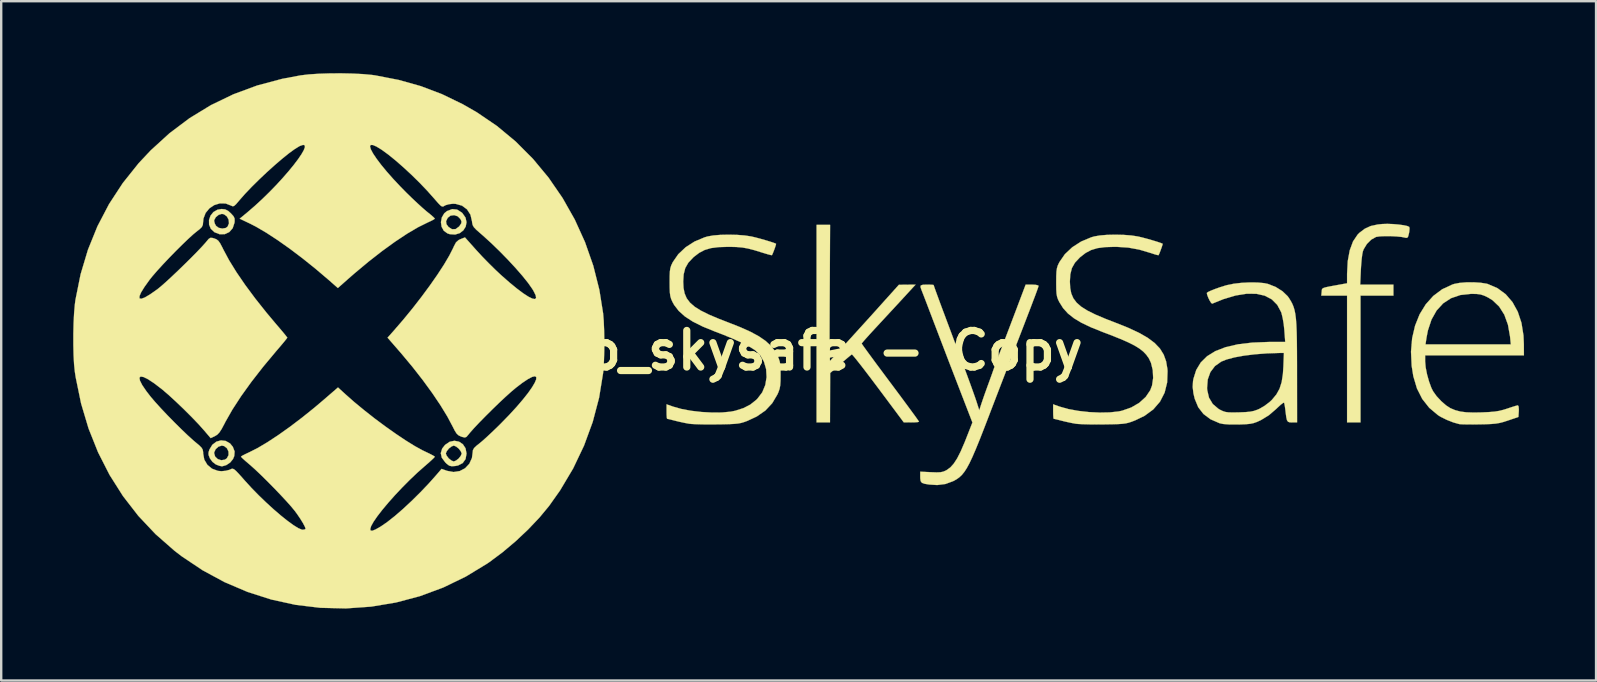
<source format=kicad_pcb>
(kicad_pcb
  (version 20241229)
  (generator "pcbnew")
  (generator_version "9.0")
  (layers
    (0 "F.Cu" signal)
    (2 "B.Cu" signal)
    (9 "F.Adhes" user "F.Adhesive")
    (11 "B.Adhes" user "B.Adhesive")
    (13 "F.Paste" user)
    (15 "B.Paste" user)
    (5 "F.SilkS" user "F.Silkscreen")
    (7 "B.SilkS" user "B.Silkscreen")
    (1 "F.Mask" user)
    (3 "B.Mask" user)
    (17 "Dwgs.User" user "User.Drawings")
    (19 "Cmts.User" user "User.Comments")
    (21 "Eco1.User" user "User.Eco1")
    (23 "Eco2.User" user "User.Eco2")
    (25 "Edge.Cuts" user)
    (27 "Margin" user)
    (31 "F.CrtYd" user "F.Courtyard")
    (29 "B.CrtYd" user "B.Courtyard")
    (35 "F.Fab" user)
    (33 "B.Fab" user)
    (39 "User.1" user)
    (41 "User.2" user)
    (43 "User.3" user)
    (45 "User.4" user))
  (footprint "logo_skysafe - Copy"
    (layer "F.Cu")
    (at 29.948 11.549)
    (property "Reference" "logo_skysafe - Copy" (at 0 0 0) (layer "F.SilkS") (effects (font (size 1.524 1.524) (thickness 0.3))))
    (attr through_hole)
    (fp_poly (pts (xy -13.959 -5.869) (xy -13.766 -5.748) (xy -13.736 -5.72) (xy -13.607 -5.535) (xy -13.565 -5.343) (xy -13.599 -5.161) (xy -13.697 -5.004) (xy -13.847 -4.888) (xy -14.038 -4.83) (xy -14.258 -4.844) (xy -14.358 -4.876) (xy -14.512 -4.987) (xy -14.603 -5.152) (xy -14.631 -5.345) (xy -14.623 -5.385) (xy -14.418 -5.385) (xy -14.401 -5.261) (xy -14.315 -5.144) (xy -14.172 -5.051) (xy -14.023 -5.056) (xy -13.882 -5.157) (xy -13.849 -5.197) (xy -13.782 -5.301) (xy -13.776 -5.381) (xy -13.82 -5.476) (xy -13.931 -5.588) (xy -14.079 -5.637) (xy -14.23 -5.618) (xy -14.346 -5.529) (xy -14.418 -5.385) (xy -14.623 -5.385) (xy -14.594 -5.54) (xy -14.494 -5.712) (xy -14.377 -5.808) (xy -14.162 -5.889) (xy -13.959 -5.869)) (stroke (width 0.01) (type solid)) (fill yes) (layer "F.SilkS"))
    (fp_poly (pts (xy -23.617 -5.877) (xy -23.495 -5.815) (xy -23.382 -5.714) (xy -23.274 -5.596) (xy -23.227 -5.5) (xy -23.224 -5.384) (xy -23.231 -5.32) (xy -23.305 -5.095) (xy -23.445 -4.934) (xy -23.631 -4.847) (xy -23.845 -4.841) (xy -24.065 -4.926) (xy -24.216 -5.068) (xy -24.289 -5.244) (xy -24.291 -5.396) (xy -24.079 -5.396) (xy -24.051 -5.287) (xy -24 -5.193) (xy -23.89 -5.11) (xy -23.741 -5.079) (xy -23.597 -5.102) (xy -23.52 -5.156) (xy -23.46 -5.296) (xy -23.475 -5.45) (xy -23.549 -5.586) (xy -23.67 -5.674) (xy -23.757 -5.69) (xy -23.89 -5.65) (xy -24.008 -5.553) (xy -24.075 -5.433) (xy -24.079 -5.396) (xy -24.291 -5.396) (xy -24.292 -5.434) (xy -24.229 -5.615) (xy -24.109 -5.766) (xy -23.937 -5.865) (xy -23.766 -5.893) (xy -23.617 -5.877)) (stroke (width 0.01) (type solid)) (fill yes) (layer "F.SilkS"))
    (fp_poly (pts (xy -23.597 3.768) (xy -23.417 3.87) (xy -23.3 4.012) (xy -23.225 4.206) (xy -23.24 4.397) (xy -23.293 4.523) (xy -23.408 4.665) (xy -23.57 4.774) (xy -23.738 4.824) (xy -23.759 4.825) (xy -23.866 4.802) (xy -24.002 4.749) (xy -24.012 4.744) (xy -24.148 4.639) (xy -24.254 4.494) (xy -24.258 4.486) (xy -24.311 4.35) (xy -24.31 4.276) (xy -24.079 4.276) (xy -24.036 4.421) (xy -23.927 4.524) (xy -23.782 4.571) (xy -23.634 4.549) (xy -23.549 4.492) (xy -23.478 4.36) (xy -23.48 4.21) (xy -23.544 4.074) (xy -23.659 3.983) (xy -23.757 3.962) (xy -23.898 4.006) (xy -24.016 4.112) (xy -24.077 4.247) (xy -24.079 4.276) (xy -24.31 4.276) (xy -24.31 4.238) (xy -24.275 4.128) (xy -24.154 3.928) (xy -23.987 3.799) (xy -23.794 3.745) (xy -23.597 3.768)) (stroke (width 0.01) (type solid)) (fill yes) (layer "F.SilkS"))
    (fp_poly (pts (xy -13.879 3.798) (xy -13.717 3.905) (xy -13.606 4.075) (xy -13.565 4.293) (xy -13.605 4.523) (xy -13.724 4.69) (xy -13.918 4.79) (xy -14.034 4.812) (xy -14.185 4.822) (xy -14.287 4.797) (xy -14.389 4.721) (xy -14.451 4.66) (xy -14.595 4.467) (xy -14.634 4.293) (xy -14.427 4.293) (xy -14.393 4.382) (xy -14.311 4.489) (xy -14.303 4.498) (xy -14.195 4.583) (xy -14.103 4.623) (xy -14.097 4.623) (xy -14.008 4.589) (xy -13.9 4.507) (xy -13.891 4.498) (xy -13.806 4.391) (xy -13.767 4.299) (xy -13.767 4.293) (xy -13.801 4.204) (xy -13.883 4.096) (xy -13.891 4.087) (xy -13.999 4.002) (xy -14.091 3.963) (xy -14.097 3.962) (xy -14.186 3.996) (xy -14.294 4.078) (xy -14.303 4.087) (xy -14.388 4.194) (xy -14.427 4.287) (xy -14.427 4.293) (xy -14.634 4.293) (xy -14.638 4.276) (xy -14.579 4.085) (xy -14.458 3.932) (xy -14.269 3.803) (xy -14.069 3.761) (xy -13.879 3.798)) (stroke (width 0.01) (type solid)) (fill yes) (layer "F.SilkS"))
    (fp_poly (pts (xy 25.033 -5.265) (xy 25.266 -5.245) (xy 25.472 -5.217) (xy 25.627 -5.183) (xy 25.705 -5.146) (xy 25.716 -5.075) (xy 25.704 -4.946) (xy 25.693 -4.885) (xy 25.658 -4.749) (xy 25.618 -4.693) (xy 25.555 -4.693) (xy 25.536 -4.699) (xy 25.386 -4.729) (xy 25.174 -4.75) (xy 24.93 -4.762) (xy 24.687 -4.763) (xy 24.476 -4.753) (xy 24.329 -4.731) (xy 24.316 -4.727) (xy 24.12 -4.617) (xy 23.94 -4.438) (xy 23.807 -4.22) (xy 23.772 -4.129) (xy 23.746 -4) (xy 23.721 -3.8) (xy 23.7 -3.556) (xy 23.687 -3.34) (xy 23.66 -2.743) (xy 25.044 -2.743) (xy 25.044 -2.286) (xy 23.673 -2.286) (xy 23.673 2.997) (xy 23.114 2.997) (xy 23.114 -2.286) (xy 22.041 -2.286) (xy 22.057 -2.448) (xy 22.061 -2.507) (xy 22.069 -2.55) (xy 22.095 -2.583) (xy 22.153 -2.612) (xy 22.257 -2.64) (xy 22.42 -2.673) (xy 22.657 -2.716) (xy 22.949 -2.769) (xy 23.114 -2.799) (xy 23.114 -3.19) (xy 23.142 -3.721) (xy 23.225 -4.172) (xy 23.361 -4.54) (xy 23.55 -4.823) (xy 23.627 -4.901) (xy 23.853 -5.072) (xy 24.097 -5.184) (xy 24.391 -5.248) (xy 24.587 -5.268) (xy 24.798 -5.274) (xy 25.033 -5.265)) (stroke (width 0.01) (type solid)) (fill yes) (layer "F.SilkS"))
    (fp_poly (pts (xy 1.564 -2.388) (xy 1.561 -1.861) (xy 1.559 -1.365) (xy 1.557 -0.911) (xy 1.556 -0.506) (xy 1.554 -0.16) (xy 1.554 0.118) (xy 1.553 0.319) (xy 1.554 0.433) (xy 1.554 0.457) (xy 1.588 0.422) (xy 1.679 0.322) (xy 1.817 0.172) (xy 1.99 -0.018) (xy 2.169 -0.216) (xy 2.383 -0.452) (xy 2.588 -0.678) (xy 2.769 -0.877) (xy 2.909 -1.032) (xy 2.977 -1.106) (xy 3.076 -1.215) (xy 3.227 -1.382) (xy 3.416 -1.591) (xy 3.626 -1.825) (xy 3.81 -2.03) (xy 4.445 -2.736) (xy 5.139 -2.743) (xy 4.543 -2.095) (xy 4.293 -1.824) (xy 4.015 -1.524) (xy 3.739 -1.226) (xy 3.493 -0.96) (xy 3.421 -0.883) (xy 3.239 -0.685) (xy 3.084 -0.513) (xy 2.968 -0.381) (xy 2.904 -0.302) (xy 2.896 -0.287) (xy 2.925 -0.241) (xy 3.009 -0.122) (xy 3.141 0.06) (xy 3.314 0.296) (xy 3.522 0.579) (xy 3.759 0.897) (xy 4.017 1.244) (xy 4.089 1.34) (xy 4.353 1.693) (xy 4.596 2.02) (xy 4.812 2.313) (xy 4.995 2.562) (xy 5.139 2.759) (xy 5.236 2.896) (xy 5.281 2.962) (xy 5.283 2.967) (xy 5.237 2.982) (xy 5.116 2.992) (xy 4.966 2.995) (xy 4.648 2.993) (xy 3.587 1.571) (xy 3.338 1.24) (xy 3.108 0.937) (xy 2.904 0.671) (xy 2.732 0.452) (xy 2.601 0.289) (xy 2.516 0.19) (xy 2.486 0.163) (xy 2.434 0.201) (xy 2.324 0.292) (xy 2.171 0.422) (xy 2.014 0.559) (xy 1.582 0.94) (xy 1.575 2.997) (xy 1.016 2.997) (xy 1.016 -5.232) (xy 1.579 -5.232) (xy 1.564 -2.388)) (stroke (width 0.01) (type solid)) (fill yes) (layer "F.SilkS"))
    (fp_poly (pts (xy 28.678 -2.821) (xy 28.922 -2.783) (xy 28.977 -2.768) (xy 29.377 -2.596) (xy 29.721 -2.343) (xy 30.004 -2.014) (xy 30.224 -1.615) (xy 30.378 -1.151) (xy 30.462 -0.626) (xy 30.478 -0.267) (xy 30.48 0.203) (xy 26.365 0.203) (xy 26.365 0.449) (xy 26.387 0.699) (xy 26.445 0.995) (xy 26.529 1.295) (xy 26.627 1.561) (xy 26.696 1.698) (xy 26.84 1.9) (xy 27.031 2.106) (xy 27.235 2.285) (xy 27.413 2.401) (xy 27.615 2.486) (xy 27.832 2.544) (xy 28.086 2.576) (xy 28.399 2.586) (xy 28.712 2.58) (xy 29.022 2.566) (xy 29.26 2.546) (xy 29.455 2.515) (xy 29.639 2.468) (xy 29.783 2.422) (xy 29.972 2.359) (xy 30.126 2.311) (xy 30.218 2.287) (xy 30.23 2.286) (xy 30.259 2.332) (xy 30.269 2.456) (xy 30.267 2.527) (xy 30.251 2.769) (xy 29.82 2.916) (xy 29.634 2.976) (xy 29.472 3.018) (xy 29.306 3.046) (xy 29.109 3.063) (xy 28.854 3.073) (xy 28.651 3.077) (xy 28.377 3.081) (xy 28.131 3.08) (xy 27.935 3.076) (xy 27.81 3.069) (xy 27.788 3.066) (xy 27.543 2.998) (xy 27.268 2.89) (xy 27.014 2.764) (xy 26.9 2.693) (xy 26.536 2.387) (xy 26.245 2.018) (xy 26.025 1.583) (xy 25.874 1.076) (xy 25.805 0.644) (xy 25.777 0.048) (xy 25.803 -0.254) (xy 26.381 -0.254) (xy 29.935 -0.254) (xy 29.902 -0.583) (xy 29.815 -1.073) (xy 29.664 -1.49) (xy 29.449 -1.83) (xy 29.173 -2.093) (xy 28.984 -2.209) (xy 28.813 -2.289) (xy 28.668 -2.335) (xy 28.505 -2.355) (xy 28.283 -2.358) (xy 28.274 -2.358) (xy 27.832 -2.31) (xy 27.445 -2.178) (xy 27.115 -1.962) (xy 26.843 -1.664) (xy 26.631 -1.288) (xy 26.481 -0.834) (xy 26.425 -0.546) (xy 26.381 -0.254) (xy 25.803 -0.254) (xy 25.825 -0.514) (xy 25.947 -1.035) (xy 26.136 -1.507) (xy 26.391 -1.922) (xy 26.705 -2.272) (xy 27.076 -2.55) (xy 27.499 -2.747) (xy 27.578 -2.772) (xy 27.798 -2.815) (xy 28.079 -2.838) (xy 28.385 -2.84) (xy 28.678 -2.821)) (stroke (width 0.01) (type solid)) (fill yes) (layer "F.SilkS"))
    (fp_poly (pts (xy 10.149 -2.734) (xy 10.244 -2.71) (xy 10.262 -2.69) (xy 10.254 -2.657) (xy 10.229 -2.581) (xy 10.185 -2.458) (xy 10.12 -2.282) (xy 10.031 -2.048) (xy 9.918 -1.749) (xy 9.776 -1.381) (xy 9.606 -0.937) (xy 9.403 -0.413) (xy 9.167 0.196) (xy 9.017 0.584) (xy 8.881 0.936) (xy 8.721 1.35) (xy 8.55 1.794) (xy 8.381 2.235) (xy 8.225 2.641) (xy 8.206 2.692) (xy 7.991 3.25) (xy 7.807 3.72) (xy 7.647 4.112) (xy 7.508 4.434) (xy 7.385 4.694) (xy 7.273 4.901) (xy 7.167 5.063) (xy 7.063 5.19) (xy 6.957 5.288) (xy 6.843 5.368) (xy 6.717 5.437) (xy 6.704 5.444) (xy 6.383 5.562) (xy 6.041 5.605) (xy 5.707 5.584) (xy 5.516 5.553) (xy 5.404 5.512) (xy 5.351 5.441) (xy 5.335 5.324) (xy 5.334 5.265) (xy 5.334 5.049) (xy 5.786 5.07) (xy 6.016 5.078) (xy 6.175 5.072) (xy 6.293 5.047) (xy 6.4 5.001) (xy 6.436 4.981) (xy 6.588 4.871) (xy 6.731 4.712) (xy 6.874 4.492) (xy 7.022 4.199) (xy 7.184 3.823) (xy 7.236 3.693) (xy 7.508 3) (xy 7.188 2.173) (xy 6.499 0.387) (xy 5.846 -1.322) (xy 5.818 -1.397) (xy 5.7 -1.705) (xy 5.593 -1.987) (xy 5.501 -2.226) (xy 5.431 -2.407) (xy 5.389 -2.514) (xy 5.383 -2.53) (xy 5.344 -2.645) (xy 5.359 -2.709) (xy 5.444 -2.737) (xy 5.613 -2.743) (xy 5.766 -2.74) (xy 5.868 -2.733) (xy 5.893 -2.726) (xy 5.91 -2.67) (xy 5.959 -2.531) (xy 6.037 -2.317) (xy 6.138 -2.041) (xy 6.26 -1.712) (xy 6.345 -1.486) (xy 6.401 -1.336) (xy 6.487 -1.106) (xy 6.596 -0.815) (xy 6.722 -0.477) (xy 6.86 -0.11) (xy 7.003 0.271) (xy 7.025 0.33) (xy 7.166 0.71) (xy 7.302 1.077) (xy 7.426 1.416) (xy 7.532 1.711) (xy 7.615 1.946) (xy 7.669 2.104) (xy 7.675 2.122) (xy 7.793 2.492) (xy 7.88 2.224) (xy 7.936 2.058) (xy 8.014 1.833) (xy 8.103 1.585) (xy 8.153 1.448) (xy 8.235 1.223) (xy 8.307 1.023) (xy 8.36 0.873) (xy 8.381 0.813) (xy 8.412 0.726) (xy 8.472 0.562) (xy 8.556 0.338) (xy 8.657 0.072) (xy 8.762 -0.203) (xy 8.901 -0.566) (xy 9.056 -0.973) (xy 9.212 -1.385) (xy 9.355 -1.761) (xy 9.414 -1.918) (xy 9.726 -2.743) (xy 9.994 -2.743) (xy 10.149 -2.734)) (stroke (width 0.01) (type solid)) (fill yes) (layer "F.SilkS"))
    (fp_poly (pts (xy 19.381 -2.831) (xy 19.661 -2.805) (xy 19.819 -2.772) (xy 20.141 -2.645) (xy 20.422 -2.469) (xy 20.637 -2.263) (xy 20.685 -2.197) (xy 20.763 -2.073) (xy 20.828 -1.954) (xy 20.881 -1.828) (xy 20.924 -1.687) (xy 20.958 -1.519) (xy 20.984 -1.315) (xy 21.002 -1.065) (xy 21.015 -0.758) (xy 21.023 -0.384) (xy 21.027 0.067) (xy 21.029 0.604) (xy 21.029 0.876) (xy 21.031 2.997) (xy 20.831 2.997) (xy 20.725 2.993) (xy 20.656 2.969) (xy 20.611 2.905) (xy 20.582 2.783) (xy 20.556 2.585) (xy 20.548 2.515) (xy 20.526 2.346) (xy 20.503 2.22) (xy 20.489 2.171) (xy 20.446 2.187) (xy 20.349 2.261) (xy 20.218 2.381) (xy 20.161 2.436) (xy 19.856 2.698) (xy 19.532 2.896) (xy 19.517 2.904) (xy 19.359 2.976) (xy 19.223 3.024) (xy 19.081 3.054) (xy 18.903 3.071) (xy 18.659 3.081) (xy 18.593 3.083) (xy 18.225 3.083) (xy 17.953 3.062) (xy 17.805 3.031) (xy 17.427 2.866) (xy 17.132 2.646) (xy 16.914 2.364) (xy 16.768 2.013) (xy 16.714 1.784) (xy 16.688 1.562) (xy 17.282 1.562) (xy 17.288 1.646) (xy 17.362 1.966) (xy 17.52 2.23) (xy 17.759 2.433) (xy 17.831 2.474) (xy 17.943 2.527) (xy 18.05 2.561) (xy 18.179 2.578) (xy 18.355 2.583) (xy 18.606 2.578) (xy 18.618 2.578) (xy 18.886 2.567) (xy 19.082 2.549) (xy 19.236 2.517) (xy 19.379 2.467) (xy 19.466 2.429) (xy 19.666 2.313) (xy 19.873 2.158) (xy 19.986 2.053) (xy 20.169 1.832) (xy 20.301 1.594) (xy 20.389 1.317) (xy 20.441 0.979) (xy 20.461 0.673) (xy 20.483 0.102) (xy 20.287 0.104) (xy 19.769 0.121) (xy 19.276 0.159) (xy 18.822 0.215) (xy 18.424 0.287) (xy 18.097 0.374) (xy 17.877 0.461) (xy 17.611 0.648) (xy 17.421 0.899) (xy 17.31 1.207) (xy 17.282 1.562) (xy 16.688 1.562) (xy 16.683 1.519) (xy 16.697 1.278) (xy 16.715 1.178) (xy 16.83 0.813) (xy 17.019 0.5) (xy 17.285 0.238) (xy 17.63 0.025) (xy 18.057 -0.139) (xy 18.567 -0.257) (xy 19.164 -0.328) (xy 19.851 -0.355) (xy 19.933 -0.355) (xy 20.537 -0.356) (xy 20.501 -0.846) (xy 20.474 -1.101) (xy 20.432 -1.348) (xy 20.384 -1.548) (xy 20.367 -1.598) (xy 20.206 -1.9) (xy 19.978 -2.129) (xy 19.688 -2.282) (xy 19.338 -2.361) (xy 18.933 -2.364) (xy 18.475 -2.291) (xy 17.969 -2.141) (xy 17.496 -1.95) (xy 17.453 -1.98) (xy 17.394 -2.073) (xy 17.333 -2.197) (xy 17.287 -2.319) (xy 17.272 -2.396) (xy 17.317 -2.433) (xy 17.437 -2.49) (xy 17.61 -2.559) (xy 17.814 -2.632) (xy 18.026 -2.698) (xy 18.11 -2.722) (xy 18.388 -2.779) (xy 18.713 -2.817) (xy 19.054 -2.834) (xy 19.381 -2.831)) (stroke (width 0.01) (type solid)) (fill yes) (layer "F.SilkS"))
    (fp_poly (pts (xy 13.81 -4.815) (xy 14.135 -4.79) (xy 14.401 -4.749) (xy 14.572 -4.709) (xy 14.776 -4.655) (xy 14.989 -4.594) (xy 15.185 -4.535) (xy 15.339 -4.484) (xy 15.425 -4.449) (xy 15.433 -4.444) (xy 15.424 -4.397) (xy 15.389 -4.29) (xy 15.342 -4.161) (xy 15.296 -4.043) (xy 15.263 -3.973) (xy 15.26 -3.97) (xy 15.209 -3.976) (xy 15.09 -4.009) (xy 14.948 -4.056) (xy 14.46 -4.201) (xy 13.998 -4.286) (xy 13.515 -4.317) (xy 13.421 -4.317) (xy 13.029 -4.305) (xy 12.714 -4.263) (xy 12.452 -4.184) (xy 12.222 -4.062) (xy 12 -3.89) (xy 11.981 -3.873) (xy 11.78 -3.659) (xy 11.652 -3.434) (xy 11.585 -3.169) (xy 11.567 -2.87) (xy 11.581 -2.604) (xy 11.626 -2.374) (xy 11.712 -2.173) (xy 11.848 -1.992) (xy 12.041 -1.823) (xy 12.301 -1.66) (xy 12.636 -1.494) (xy 13.054 -1.317) (xy 13.437 -1.169) (xy 13.984 -0.951) (xy 14.439 -0.74) (xy 14.808 -0.529) (xy 15.099 -0.311) (xy 15.319 -0.08) (xy 15.475 0.172) (xy 15.576 0.452) (xy 15.629 0.765) (xy 15.636 0.858) (xy 15.619 1.332) (xy 15.514 1.757) (xy 15.321 2.132) (xy 15.042 2.455) (xy 14.678 2.722) (xy 14.3 2.905) (xy 14.152 2.963) (xy 14.026 3.005) (xy 13.903 3.035) (xy 13.763 3.054) (xy 13.585 3.066) (xy 13.349 3.073) (xy 13.034 3.078) (xy 12.979 3.079) (xy 12.664 3.081) (xy 12.366 3.078) (xy 12.106 3.071) (xy 11.908 3.061) (xy 11.811 3.051) (xy 11.617 3.015) (xy 11.387 2.965) (xy 11.235 2.928) (xy 11.068 2.885) (xy 10.944 2.855) (xy 10.892 2.845) (xy 10.881 2.799) (xy 10.873 2.679) (xy 10.871 2.544) (xy 10.871 2.243) (xy 11.147 2.34) (xy 11.504 2.44) (xy 11.919 2.516) (xy 12.364 2.566) (xy 12.811 2.587) (xy 13.232 2.579) (xy 13.599 2.539) (xy 13.743 2.508) (xy 14.127 2.373) (xy 14.459 2.179) (xy 14.726 1.936) (xy 14.915 1.657) (xy 14.99 1.459) (xy 15.036 1.146) (xy 15.02 0.819) (xy 14.946 0.515) (xy 14.858 0.328) (xy 14.753 0.181) (xy 14.626 0.047) (xy 14.465 -0.08) (xy 14.259 -0.207) (xy 13.997 -0.339) (xy 13.667 -0.483) (xy 13.258 -0.646) (xy 12.939 -0.767) (xy 12.454 -0.962) (xy 12.057 -1.15) (xy 11.739 -1.341) (xy 11.486 -1.542) (xy 11.288 -1.761) (xy 11.133 -2.006) (xy 11.132 -2.006) (xy 11.073 -2.127) (xy 11.035 -2.238) (xy 11.012 -2.367) (xy 11.001 -2.539) (xy 10.998 -2.78) (xy 10.998 -2.845) (xy 11 -3.105) (xy 11.009 -3.29) (xy 11.029 -3.426) (xy 11.063 -3.539) (xy 11.118 -3.655) (xy 11.133 -3.684) (xy 11.359 -4.011) (xy 11.667 -4.3) (xy 12.037 -4.538) (xy 12.452 -4.712) (xy 12.583 -4.75) (xy 12.817 -4.791) (xy 13.12 -4.816) (xy 13.461 -4.823) (xy 13.81 -4.815)) (stroke (width 0.01) (type solid)) (fill yes) (layer "F.SilkS"))
    (fp_poly (pts (xy -2.293 -4.815) (xy -1.969 -4.79) (xy -1.702 -4.749) (xy -1.532 -4.709) (xy -1.328 -4.655) (xy -1.115 -4.594) (xy -0.919 -4.535) (xy -0.765 -4.484) (xy -0.678 -4.449) (xy -0.671 -4.444) (xy -0.68 -4.397) (xy -0.714 -4.29) (xy -0.761 -4.161) (xy -0.808 -4.043) (xy -0.841 -3.973) (xy -0.843 -3.97) (xy -0.894 -3.976) (xy -1.018 -4.008) (xy -1.192 -4.06) (xy -1.254 -4.079) (xy -1.577 -4.179) (xy -1.84 -4.247) (xy -2.075 -4.289) (xy -2.318 -4.31) (xy -2.602 -4.317) (xy -2.677 -4.317) (xy -3.069 -4.305) (xy -3.384 -4.264) (xy -3.645 -4.187) (xy -3.874 -4.067) (xy -4.094 -3.899) (xy -4.123 -3.873) (xy -4.325 -3.658) (xy -4.454 -3.433) (xy -4.521 -3.169) (xy -4.539 -2.87) (xy -4.526 -2.604) (xy -4.48 -2.375) (xy -4.393 -2.173) (xy -4.256 -1.992) (xy -4.062 -1.823) (xy -3.801 -1.659) (xy -3.464 -1.492) (xy -3.044 -1.315) (xy -2.667 -1.169) (xy -2.155 -0.967) (xy -1.733 -0.777) (xy -1.391 -0.592) (xy -1.117 -0.405) (xy -0.901 -0.209) (xy -0.734 0.002) (xy -0.625 0.193) (xy -0.559 0.336) (xy -0.518 0.464) (xy -0.494 0.606) (xy -0.485 0.793) (xy -0.483 1.016) (xy -0.486 1.271) (xy -0.498 1.455) (xy -0.525 1.599) (xy -0.571 1.732) (xy -0.615 1.831) (xy -0.832 2.197) (xy -1.116 2.501) (xy -1.476 2.75) (xy -1.866 2.932) (xy -1.997 2.98) (xy -2.117 3.016) (xy -2.245 3.041) (xy -2.402 3.057) (xy -2.607 3.068) (xy -2.88 3.075) (xy -3.124 3.078) (xy -3.439 3.08) (xy -3.738 3.078) (xy -3.998 3.071) (xy -4.196 3.061) (xy -4.293 3.051) (xy -4.486 3.015) (xy -4.717 2.965) (xy -4.868 2.928) (xy -5.036 2.885) (xy -5.159 2.855) (xy -5.211 2.845) (xy -5.222 2.799) (xy -5.23 2.679) (xy -5.232 2.544) (xy -5.232 2.243) (xy -4.956 2.34) (xy -4.611 2.437) (xy -4.209 2.512) (xy -3.776 2.562) (xy -3.339 2.586) (xy -2.927 2.583) (xy -2.566 2.549) (xy -2.373 2.511) (xy -2.026 2.399) (xy -1.746 2.255) (xy -1.5 2.06) (xy -1.451 2.012) (xy -1.248 1.745) (xy -1.12 1.438) (xy -1.066 1.109) (xy -1.085 0.778) (xy -1.176 0.465) (xy -1.338 0.189) (xy -1.544 -0.011) (xy -1.778 -0.159) (xy -2.105 -0.327) (xy -2.515 -0.511) (xy -3.003 -0.708) (xy -3.217 -0.789) (xy -3.723 -0.995) (xy -4.137 -1.202) (xy -4.468 -1.417) (xy -4.725 -1.647) (xy -4.917 -1.897) (xy -4.988 -2.026) (xy -5.041 -2.144) (xy -5.075 -2.263) (xy -5.095 -2.41) (xy -5.103 -2.61) (xy -5.105 -2.845) (xy -5.103 -3.105) (xy -5.095 -3.29) (xy -5.075 -3.426) (xy -5.04 -3.539) (xy -4.986 -3.655) (xy -4.971 -3.684) (xy -4.744 -4.011) (xy -4.437 -4.3) (xy -4.067 -4.538) (xy -3.651 -4.712) (xy -3.521 -4.75) (xy -3.287 -4.791) (xy -2.984 -4.816) (xy -2.642 -4.823) (xy -2.293 -4.815)) (stroke (width 0.01) (type solid)) (fill yes) (layer "F.SilkS"))
    (fp_poly (pts (xy -18.306 -11.534) (xy -17.87 -11.512) (xy -17.497 -11.477) (xy -17.374 -11.46) (xy -16.389 -11.269) (xy -15.466 -11.01) (xy -14.584 -10.675) (xy -13.723 -10.258) (xy -13.137 -9.922) (xy -12.299 -9.352) (xy -11.517 -8.703) (xy -10.798 -7.982) (xy -10.145 -7.195) (xy -9.563 -6.349) (xy -9.056 -5.452) (xy -8.629 -4.512) (xy -8.286 -3.533) (xy -8.032 -2.525) (xy -7.876 -1.549) (xy -7.85 -1.236) (xy -7.834 -0.852) (xy -7.826 -0.429) (xy -7.828 0.003) (xy -7.84 0.414) (xy -7.86 0.772) (xy -7.876 0.94) (xy -8.043 1.967) (xy -8.309 2.976) (xy -8.67 3.961) (xy -9.124 4.914) (xy -9.668 5.828) (xy -10.127 6.476) (xy -10.529 6.961) (xy -11.002 7.459) (xy -11.523 7.949) (xy -12.069 8.409) (xy -12.617 8.817) (xy -12.7 8.874) (xy -13.595 9.418) (xy -14.532 9.872) (xy -15.506 10.233) (xy -16.51 10.499) (xy -17.539 10.67) (xy -18.588 10.744) (xy -19.651 10.719) (xy -19.66 10.718) (xy -20.685 10.595) (xy -21.697 10.374) (xy -22.685 10.058) (xy -23.641 9.651) (xy -24.557 9.156) (xy -25.424 8.577) (xy -25.73 8.342) (xy -26.52 7.649) (xy -27.236 6.889) (xy -27.875 6.065) (xy -28.435 5.181) (xy -28.913 4.242) (xy -29.309 3.25) (xy -29.62 2.209) (xy -29.844 1.123) (xy -29.88 0.889) (xy -29.912 0.579) (xy -29.933 0.194) (xy -29.943 -0.239) (xy -29.943 -0.694) (xy -29.932 -1.144) (xy -29.911 -1.564) (xy -29.879 -1.927) (xy -29.855 -2.108) (xy -29.825 -2.259) (xy -27.19 -2.259) (xy -27.186 -2.17) (xy -27.11 -2.154) (xy -26.963 -2.209) (xy -26.746 -2.337) (xy -26.458 -2.539) (xy -26.441 -2.551) (xy -26.295 -2.67) (xy -26.094 -2.847) (xy -25.854 -3.068) (xy -25.59 -3.318) (xy -25.318 -3.582) (xy -25.052 -3.844) (xy -24.809 -4.09) (xy -24.604 -4.305) (xy -24.451 -4.474) (xy -24.402 -4.532) (xy -24.307 -4.645) (xy -24.235 -4.692) (xy -24.148 -4.688) (xy -24.072 -4.666) (xy -23.978 -4.628) (xy -23.902 -4.568) (xy -23.828 -4.464) (xy -23.739 -4.296) (xy -23.693 -4.202) (xy -23.456 -3.759) (xy -23.15 -3.263) (xy -22.783 -2.727) (xy -22.363 -2.161) (xy -21.9 -1.578) (xy -21.503 -1.105) (xy -21.334 -0.908) (xy -21.192 -0.739) (xy -21.088 -0.612) (xy -21.036 -0.542) (xy -21.031 -0.533) (xy -21.063 -0.488) (xy -21.149 -0.38) (xy -21.278 -0.225) (xy -21.439 -0.036) (xy -21.503 0.038) (xy -22.04 0.682) (xy -22.526 1.306) (xy -22.954 1.901) (xy -23.316 2.458) (xy -23.605 2.965) (xy -23.647 3.049) (xy -23.764 3.268) (xy -23.859 3.414) (xy -23.948 3.507) (xy -24.043 3.566) (xy -24.222 3.651) (xy -24.49 3.337) (xy -24.727 3.071) (xy -25.019 2.767) (xy -25.341 2.446) (xy -25.669 2.132) (xy -25.98 1.847) (xy -26.25 1.616) (xy -26.264 1.606) (xy -26.579 1.364) (xy -26.831 1.198) (xy -27.018 1.106) (xy -27.139 1.085) (xy -27.189 1.135) (xy -27.169 1.254) (xy -27.075 1.44) (xy -26.904 1.692) (xy -26.719 1.931) (xy -26.534 2.147) (xy -26.297 2.409) (xy -26.025 2.696) (xy -25.736 2.991) (xy -25.449 3.275) (xy -25.183 3.53) (xy -24.955 3.737) (xy -24.854 3.823) (xy -24.695 3.956) (xy -24.6 4.053) (xy -24.553 4.136) (xy -24.537 4.23) (xy -24.536 4.289) (xy -24.489 4.546) (xy -24.36 4.764) (xy -24.165 4.925) (xy -23.92 5.015) (xy -23.774 5.029) (xy -23.599 5.012) (xy -23.442 4.972) (xy -23.409 4.957) (xy -23.353 4.931) (xy -23.302 4.926) (xy -23.245 4.951) (xy -23.166 5.018) (xy -23.053 5.136) (xy -22.893 5.315) (xy -22.799 5.422) (xy -22.519 5.729) (xy -22.218 6.036) (xy -21.907 6.336) (xy -21.597 6.619) (xy -21.298 6.876) (xy -21.021 7.097) (xy -20.776 7.275) (xy -20.575 7.4) (xy -20.428 7.462) (xy -20.388 7.468) (xy -20.297 7.453) (xy -20.269 7.429) (xy -20.298 7.341) (xy -20.375 7.194) (xy -20.488 7.01) (xy -20.623 6.812) (xy -20.72 6.68) (xy -20.866 6.503) (xy -21.07 6.274) (xy -21.315 6.011) (xy -21.585 5.729) (xy -21.863 5.447) (xy -22.132 5.182) (xy -22.376 4.951) (xy -22.578 4.77) (xy -22.612 4.742) (xy -22.766 4.61) (xy -22.886 4.502) (xy -22.952 4.435) (xy -22.96 4.422) (xy -22.917 4.389) (xy -22.803 4.329) (xy -22.643 4.253) (xy -22.619 4.242) (xy -22.268 4.065) (xy -21.859 3.822) (xy -21.406 3.524) (xy -20.919 3.178) (xy -20.412 2.793) (xy -19.897 2.379) (xy -19.531 2.069) (xy -18.919 1.54) (xy -18.616 1.817) (xy -18.239 2.15) (xy -17.824 2.492) (xy -17.388 2.835) (xy -16.944 3.165) (xy -16.507 3.474) (xy -16.094 3.75) (xy -15.718 3.983) (xy -15.394 4.161) (xy -15.279 4.216) (xy -15.101 4.301) (xy -14.965 4.372) (xy -14.893 4.418) (xy -14.886 4.427) (xy -14.922 4.471) (xy -15.02 4.565) (xy -15.164 4.695) (xy -15.303 4.815) (xy -15.615 5.091) (xy -15.931 5.391) (xy -16.244 5.706) (xy -16.543 6.024) (xy -16.822 6.337) (xy -17.07 6.633) (xy -17.278 6.902) (xy -17.438 7.134) (xy -17.54 7.318) (xy -17.577 7.445) (xy -17.577 7.445) (xy -17.555 7.504) (xy -17.484 7.508) (xy -17.353 7.455) (xy -17.153 7.341) (xy -17.131 7.328) (xy -16.867 7.146) (xy -16.554 6.899) (xy -16.209 6.6) (xy -15.846 6.262) (xy -15.481 5.901) (xy -15.127 5.529) (xy -14.831 5.196) (xy -14.604 4.932) (xy -14.375 5.014) (xy -14.104 5.063) (xy -13.848 5.023) (xy -13.624 4.905) (xy -13.449 4.72) (xy -13.34 4.481) (xy -13.31 4.254) (xy -13.298 4.151) (xy -13.249 4.063) (xy -13.145 3.964) (xy -13.043 3.884) (xy -12.917 3.78) (xy -12.738 3.62) (xy -12.525 3.421) (xy -12.296 3.202) (xy -12.14 3.048) (xy -11.785 2.683) (xy -11.475 2.345) (xy -11.212 2.037) (xy -10.997 1.765) (xy -10.833 1.531) (xy -10.721 1.341) (xy -10.662 1.199) (xy -10.66 1.108) (xy -10.715 1.074) (xy -10.83 1.1) (xy -11.005 1.191) (xy -11.244 1.351) (xy -11.507 1.552) (xy -11.703 1.717) (xy -11.943 1.933) (xy -12.212 2.185) (xy -12.492 2.456) (xy -12.77 2.732) (xy -13.028 2.995) (xy -13.251 3.232) (xy -13.423 3.426) (xy -13.495 3.515) (xy -13.57 3.601) (xy -13.64 3.625) (xy -13.751 3.599) (xy -13.786 3.587) (xy -13.89 3.54) (xy -13.972 3.468) (xy -14.051 3.347) (xy -14.142 3.168) (xy -14.364 2.75) (xy -14.652 2.279) (xy -14.997 1.767) (xy -15.389 1.23) (xy -15.818 0.681) (xy -16.275 0.133) (xy -16.346 0.051) (xy -16.854 -0.533) (xy -16.605 -0.813) (xy -16.206 -1.275) (xy -15.815 -1.752) (xy -15.441 -2.233) (xy -15.092 -2.706) (xy -14.777 -3.157) (xy -14.504 -3.576) (xy -14.284 -3.949) (xy -14.123 -4.265) (xy -14.091 -4.338) (xy -14.004 -4.502) (xy -13.894 -4.6) (xy -13.813 -4.638) (xy -13.63 -4.71) (xy -13.152 -4.174) (xy -12.919 -3.921) (xy -12.643 -3.638) (xy -12.362 -3.361) (xy -12.129 -3.143) (xy -11.777 -2.833) (xy -11.466 -2.578) (xy -11.2 -2.379) (xy -10.984 -2.239) (xy -10.82 -2.16) (xy -10.713 -2.142) (xy -10.667 -2.189) (xy -10.685 -2.3) (xy -10.773 -2.479) (xy -10.827 -2.568) (xy -10.999 -2.813) (xy -11.235 -3.107) (xy -11.521 -3.435) (xy -11.841 -3.781) (xy -12.182 -4.13) (xy -12.529 -4.466) (xy -12.867 -4.774) (xy -12.997 -4.887) (xy -13.159 -5.029) (xy -13.258 -5.134) (xy -13.309 -5.225) (xy -13.332 -5.328) (xy -13.336 -5.376) (xy -13.401 -5.656) (xy -13.544 -5.878) (xy -13.751 -6.032) (xy -14.013 -6.106) (xy -14.126 -6.112) (xy -14.297 -6.093) (xy -14.44 -6.051) (xy -14.479 -6.03) (xy -14.534 -5.998) (xy -14.585 -5.997) (xy -14.649 -6.039) (xy -14.742 -6.134) (xy -14.883 -6.295) (xy -14.901 -6.316) (xy -15.201 -6.653) (xy -15.524 -6.991) (xy -15.859 -7.32) (xy -16.195 -7.631) (xy -16.519 -7.914) (xy -16.821 -8.159) (xy -17.089 -8.355) (xy -17.313 -8.493) (xy -17.462 -8.558) (xy -17.558 -8.562) (xy -17.586 -8.5) (xy -17.552 -8.38) (xy -17.461 -8.209) (xy -17.316 -7.992) (xy -17.124 -7.737) (xy -16.888 -7.451) (xy -16.613 -7.14) (xy -16.304 -6.811) (xy -16.071 -6.574) (xy -15.846 -6.355) (xy -15.618 -6.14) (xy -15.409 -5.949) (xy -15.24 -5.803) (xy -15.191 -5.763) (xy -15.045 -5.645) (xy -14.938 -5.55) (xy -14.887 -5.496) (xy -14.885 -5.492) (xy -14.929 -5.457) (xy -15.04 -5.398) (xy -15.175 -5.336) (xy -15.58 -5.136) (xy -16.04 -4.865) (xy -16.545 -4.53) (xy -17.086 -4.138) (xy -17.652 -3.696) (xy -18.233 -3.211) (xy -18.542 -2.941) (xy -18.924 -2.602) (xy -19.33 -2.958) (xy -19.862 -3.41) (xy -20.398 -3.84) (xy -20.926 -4.239) (xy -21.433 -4.597) (xy -21.906 -4.906) (xy -22.331 -5.155) (xy -22.58 -5.283) (xy -23.014 -5.49) (xy -22.695 -5.753) (xy -22.387 -6.019) (xy -22.08 -6.301) (xy -21.781 -6.593) (xy -21.495 -6.887) (xy -21.228 -7.178) (xy -20.983 -7.459) (xy -20.767 -7.722) (xy -20.585 -7.962) (xy -20.443 -8.17) (xy -20.345 -8.342) (xy -20.297 -8.469) (xy -20.304 -8.546) (xy -20.371 -8.565) (xy -20.504 -8.52) (xy -20.53 -8.507) (xy -20.719 -8.392) (xy -20.962 -8.215) (xy -21.246 -7.986) (xy -21.556 -7.72) (xy -21.879 -7.429) (xy -22.202 -7.124) (xy -22.51 -6.82) (xy -22.789 -6.527) (xy -23.025 -6.259) (xy -23.055 -6.223) (xy -23.172 -6.087) (xy -23.25 -6.019) (xy -23.309 -6.007) (xy -23.365 -6.032) (xy -23.598 -6.123) (xy -23.84 -6.128) (xy -24.073 -6.057) (xy -24.276 -5.921) (xy -24.433 -5.73) (xy -24.523 -5.495) (xy -24.538 -5.352) (xy -24.549 -5.232) (xy -24.592 -5.142) (xy -24.688 -5.048) (xy -24.779 -4.978) (xy -24.942 -4.845) (xy -25.156 -4.65) (xy -25.406 -4.41) (xy -25.676 -4.142) (xy -25.951 -3.86) (xy -26.216 -3.58) (xy -26.454 -3.319) (xy -26.65 -3.092) (xy -26.767 -2.946) (xy -26.981 -2.647) (xy -27.122 -2.418) (xy -27.19 -2.259) (xy -29.825 -2.259) (xy -29.64 -3.176) (xy -29.334 -4.198) (xy -28.939 -5.173) (xy -28.455 -6.099) (xy -27.882 -6.975) (xy -27.223 -7.8) (xy -26.722 -8.333) (xy -25.936 -9.05) (xy -25.099 -9.679) (xy -24.211 -10.22) (xy -23.272 -10.673) (xy -22.281 -11.039) (xy -21.24 -11.316) (xy -20.472 -11.46) (xy -20.132 -11.5) (xy -19.717 -11.527) (xy -19.257 -11.542) (xy -18.777 -11.544) (xy -18.306 -11.534)) (stroke (width 0.01) (type solid)) (fill yes) (layer "F.SilkS")))
  (gr_rect
    (start -3 -3)
    (end 63.433 25.298)
    (stroke (width 0.1) (type default))
    (fill no)
    (layer "Edge.Cuts")))
</source>
